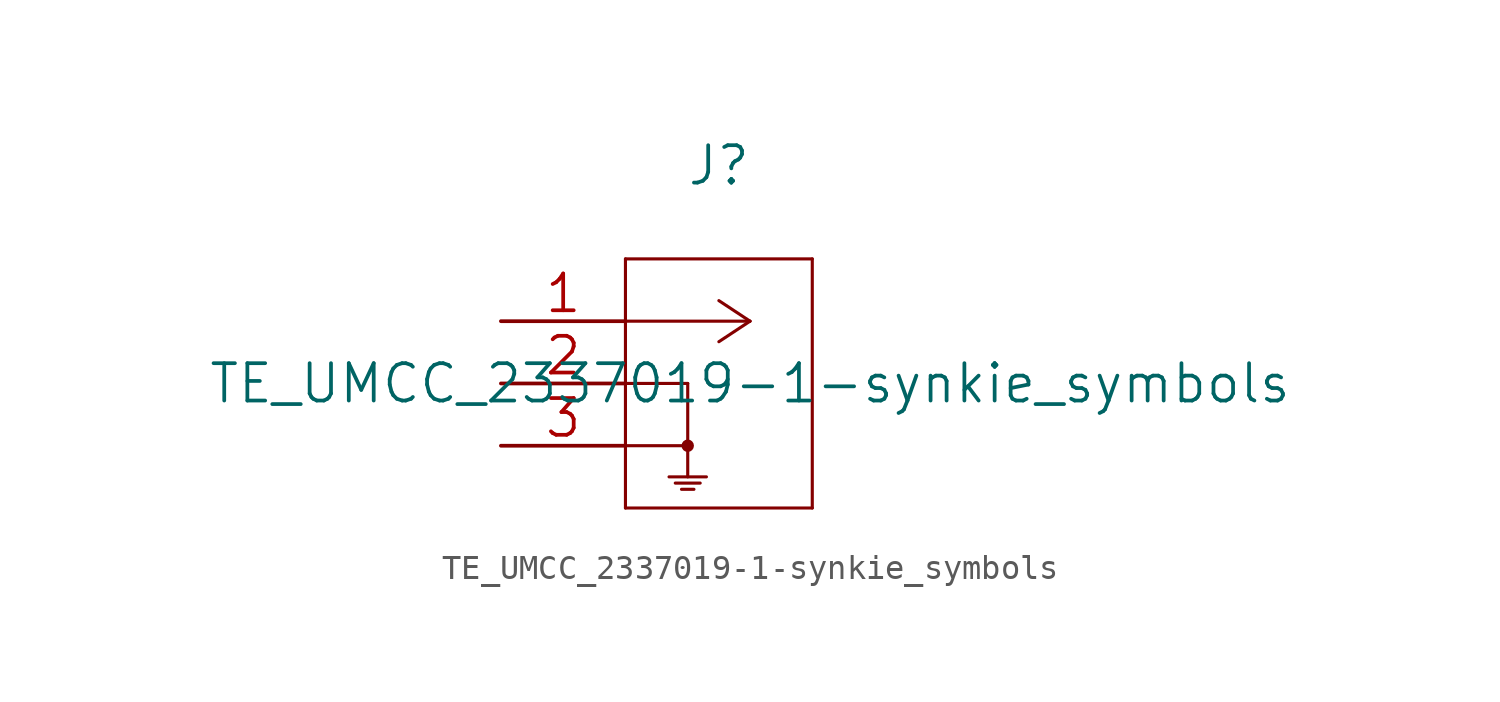
<source format=kicad_sym>
(kicad_symbol_lib
  (version 20231120)
  (generator "kicad_symbol_editor")
  (generator_version "8.0")
  (symbol "TE_UMCC_2337019-1-synkie_symbols"
    (pin_names
      (offset 0.254) hide)
    (property "Reference" "J"
      (at 8.89 6.35 0)
      (effects (font (size 1.524 1.524))))
    (property "Value" "TE_UMCC_2337019-1-synkie_symbols"
      (at 10.16 -2.54 0)
      (effects (font (size 1.524 1.524))))
    (property "Datasheet" ""
      (at 0 0 0)
      (effects (font (size 1.524 1.524))))
    (symbol "TE_UMCC_2337019-1-synkie_symbols_1_1"
      (polyline (pts (xy 5.08 -7.62) (xy 12.7 -7.62)) (stroke (width 0.127) (type solid)) (fill (type none)))
      (polyline (pts (xy 5.08 2.54) (xy 5.08 -7.62)) (stroke (width 0.127) (type solid)) (fill (type none)))
      (polyline (pts (xy 7.112 -6.604) (xy 8.128 -6.604)) (stroke (width 0.127) (type solid)) (fill (type none)))
      (polyline (pts (xy 7.366 -6.858) (xy 7.874 -6.858)) (stroke (width 0.127) (type solid)) (fill (type none)))
      (polyline (pts (xy 7.62 -5.08) (xy 5.08 -5.08)) (stroke (width 0.127) (type solid)) (fill (type none)))
      (polyline (pts (xy 7.62 -2.54) (xy 5.08 -2.54)) (stroke (width 0.127) (type solid)) (fill (type none)))
      (polyline (pts (xy 7.62 -2.54) (xy 7.62 -6.35)) (stroke (width 0.127) (type solid)) (fill (type none)))
      (polyline (pts (xy 8.382 -6.35) (xy 6.858 -6.35)) (stroke (width 0.127) (type solid)) (fill (type none)))
      (polyline (pts (xy 10.16 0) (xy 5.08 0)) (stroke (width 0.127) (type solid)) (fill (type none)))
      (polyline (pts (xy 10.16 0) (xy 8.89 -0.838)) (stroke (width 0.127) (type solid)) (fill (type none)))
      (polyline (pts (xy 10.16 0) (xy 8.89 0.838)) (stroke (width 0.127) (type solid)) (fill (type none)))
      (polyline (pts (xy 12.7 -7.62) (xy 12.7 2.54)) (stroke (width 0.127) (type solid)) (fill (type none)))
      (polyline (pts (xy 12.7 2.54) (xy 5.08 2.54)) (stroke (width 0.127) (type solid)) (fill (type none)))
      (arc (start 7.62 -5.207) (mid 7.62 -4.953) (end 7.62 -5.207) (stroke (width 0.254) (type solid)) (fill (type none)))
      (circle (center 7.62 -5.08) (radius 0.127) (stroke (width 0.254) (type solid)) (fill (type none)))
      (pin unspecified line (at 0 0 0) (length 5.08) (name "1" (effects (font (size 1.499 1.499)))) (number "1" (effects (font (size 1.499 1.499)))))
      (pin unspecified line (at 0 -2.54 0) (length 5.08) (name "2" (effects (font (size 1.499 1.499)))) (number "2" (effects (font (size 1.499 1.499)))))
      (pin unspecified line (at 0 -5.08 0) (length 5.08) (name "3" (effects (font (size 1.499 1.499)))) (number "3" (effects (font (size 1.499 1.499))))))))
</source>
